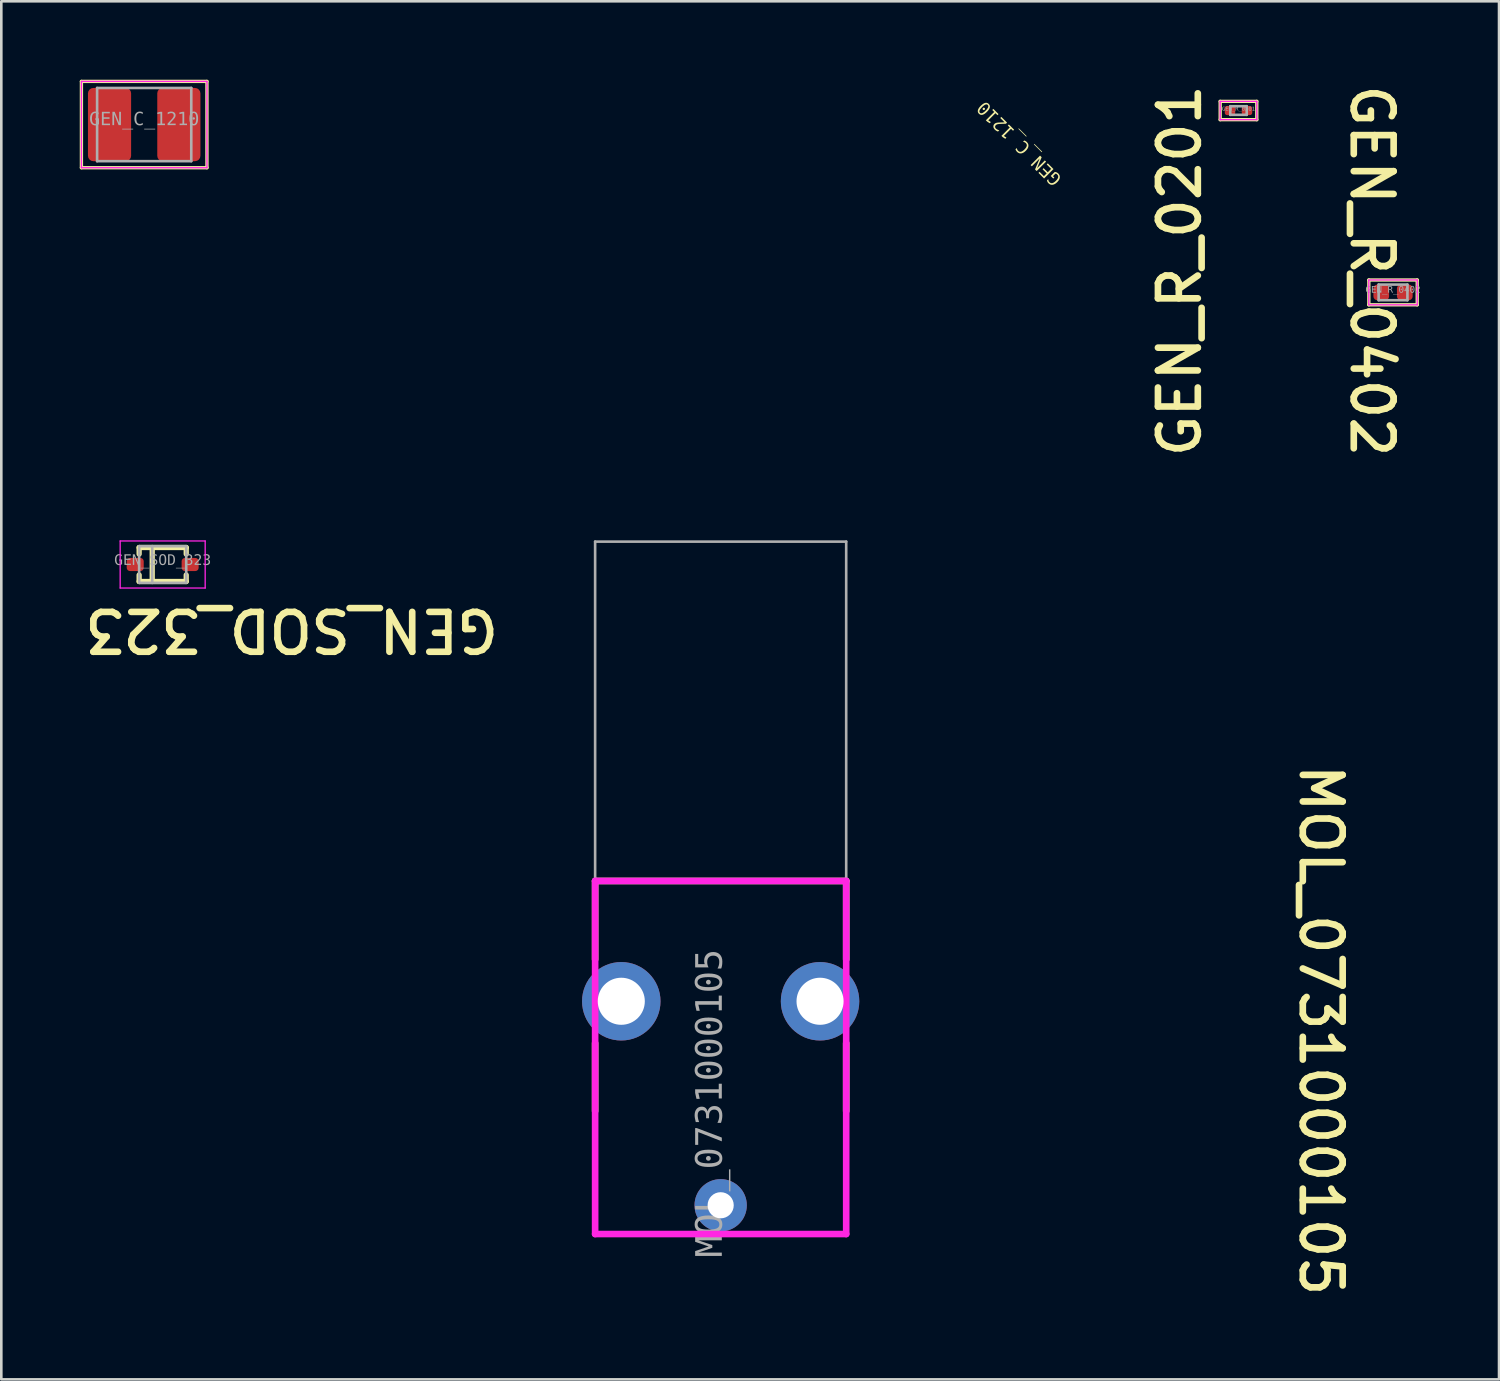
<source format=kicad_pcb>
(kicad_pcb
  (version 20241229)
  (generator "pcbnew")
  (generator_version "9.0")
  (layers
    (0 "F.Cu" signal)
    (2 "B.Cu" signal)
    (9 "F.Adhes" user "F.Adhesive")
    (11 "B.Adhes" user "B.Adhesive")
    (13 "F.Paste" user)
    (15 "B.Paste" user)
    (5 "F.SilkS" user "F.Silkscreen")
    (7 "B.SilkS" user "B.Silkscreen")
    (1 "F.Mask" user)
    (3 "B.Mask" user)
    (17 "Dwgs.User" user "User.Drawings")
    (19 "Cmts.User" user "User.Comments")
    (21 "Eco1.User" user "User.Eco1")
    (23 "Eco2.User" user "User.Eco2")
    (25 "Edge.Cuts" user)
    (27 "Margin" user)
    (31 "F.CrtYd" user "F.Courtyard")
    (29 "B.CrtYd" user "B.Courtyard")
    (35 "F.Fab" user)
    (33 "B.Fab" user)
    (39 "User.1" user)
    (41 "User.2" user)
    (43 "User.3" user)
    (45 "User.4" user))
  (footprint "GEN_R_0201"
    (layer "F.Cu")
    (at 44.304 1.176)
    (property "Reference" "GEN_R_0201" (at -2.247 6.128 90) (unlocked yes) (layer "F.SilkS") (effects (font (size 1.524 1.524) (thickness 0.254))))
    (fp_line (start -0.7 -0.35) (end -0.7 0.35) (stroke (width 0.127) (type solid)) (layer "F.SilkS"))
    (fp_line (start 0.7 -0.35) (end -0.7 -0.35) (stroke (width 0.127) (type solid)) (layer "F.SilkS"))
    (fp_line (start 0.7 -0.35) (end 0.7 0.35) (stroke (width 0.127) (type solid)) (layer "F.SilkS"))
    (fp_line (start 0.7 0.35) (end -0.7 0.35) (stroke (width 0.127) (type solid)) (layer "F.SilkS"))
    (fp_line (start -0.7 -0.35) (end -0.7 0.35) (stroke (width 0.05) (type solid)) (layer "F.CrtYd"))
    (fp_line (start 0.7 -0.35) (end -0.7 -0.35) (stroke (width 0.05) (type solid)) (layer "F.CrtYd"))
    (fp_line (start 0.7 -0.35) (end 0.7 0.35) (stroke (width 0.05) (type solid)) (layer "F.CrtYd"))
    (fp_line (start 0.7 0.35) (end -0.7 0.35) (stroke (width 0.05) (type solid)) (layer "F.CrtYd"))
    (fp_line (start -0.315 -0.165) (end -0.315 0.165) (stroke (width 0.1) (type solid)) (layer "F.Fab"))
    (fp_line (start 0.315 -0.165) (end -0.315 -0.165) (stroke (width 0.1) (type solid)) (layer "F.Fab"))
    (fp_line (start 0.315 -0.165) (end 0.315 0.165) (stroke (width 0.1) (type solid)) (layer "F.Fab"))
    (fp_line (start 0.315 0.165) (end -0.315 0.165) (stroke (width 0.1) (type solid)) (layer "F.Fab"))
    (fp_line (start 0 -0.165) (end 0 0.165) (stroke (width 0.1) (type solid)) (layer "User.2"))
    (fp_line (start 0.165 0) (end -0.165 0) (stroke (width 0.1) (type solid)) (layer "User.2"))
    (fp_text user "${REFERENCE}" (at -0.000005 -0.055 0) (unlocked yes) (layer "F.Fab") (effects (font (face "Consolas") (size 0.15 0.15) (thickness 0.254))))
    (pad "1" smd roundrect (at -0.325 0 90) (size 0.35 0.4) (layers "F.Cu" "F.Mask" "F.Paste") (roundrect_rratio 0.25))
    (pad "2" smd roundrect (at 0.325 0 90) (size 0.35 0.4) (layers "F.Cu" "F.Mask" "F.Paste") (roundrect_rratio 0.25)))
  (footprint "GEN_SOD_323"
    (layer "F.Cu")
    (at 3.17 18.534)
    (property "Reference" "GEN_SOD_323" (at 4.933 2.504 180) (unlocked yes) (layer "F.SilkS") (effects (font (size 1.524 1.524) (thickness 0.254))))
    (fp_line (start -0.9 -0.65) (end -0.9 -0.4) (stroke (width 0.2) (type solid)) (layer "F.SilkS"))
    (fp_line (start -0.9 -0.65) (end 0.9 -0.65) (stroke (width 0.2) (type solid)) (layer "F.SilkS"))
    (fp_line (start -0.9 0.4) (end -0.9 0.65) (stroke (width 0.2) (type solid)) (layer "F.SilkS"))
    (fp_line (start -0.9 0.65) (end 0.9 0.65) (stroke (width 0.2) (type solid)) (layer "F.SilkS"))
    (fp_line (start -0.4 -0.65) (end -0.4 0.65) (stroke (width 0.2) (type solid)) (layer "F.SilkS"))
    (fp_line (start 0.9 -0.65) (end 0.9 -0.4) (stroke (width 0.2) (type solid)) (layer "F.SilkS"))
    (fp_line (start 0.9 0.4) (end 0.9 0.65) (stroke (width 0.2) (type solid)) (layer "F.SilkS"))
    (fp_line (start -1.625 -0.9) (end -1.625 0.9) (stroke (width 0.05) (type solid)) (layer "F.CrtYd"))
    (fp_line (start -1.625 -0.9) (end 1.625 -0.9) (stroke (width 0.05) (type solid)) (layer "F.CrtYd"))
    (fp_line (start -1.625 0.9) (end 1.625 0.9) (stroke (width 0.05) (type solid)) (layer "F.CrtYd"))
    (fp_line (start 1.625 -0.9) (end 1.625 0.9) (stroke (width 0.05) (type solid)) (layer "F.CrtYd"))
    (fp_line (start -0.9 -0.7) (end -0.9 -0.4) (stroke (width 0.1) (type solid)) (layer "F.Fab"))
    (fp_line (start -0.9 -0.7) (end 0.9 -0.7) (stroke (width 0.1) (type solid)) (layer "F.Fab"))
    (fp_line (start -0.9 -0.4) (end -0.9 0.7) (stroke (width 0.1) (type solid)) (layer "F.Fab"))
    (fp_line (start -0.9 0.7) (end 0.9 0.7) (stroke (width 0.1) (type solid)) (layer "F.Fab"))
    (fp_line (start -0.4 -0.7) (end -0.4 0.7) (stroke (width 0.1) (type solid)) (layer "F.Fab"))
    (fp_line (start 0.9 -0.7) (end 0.9 -0.4) (stroke (width 0.1) (type solid)) (layer "F.Fab"))
    (fp_line (start 0.9 -0.4) (end 0.9 0.7) (stroke (width 0.1) (type solid)) (layer "F.Fab"))
    (fp_line (start -0.3 0) (end 0.3 0) (stroke (width 0.1) (type solid)) (layer "User.2"))
    (fp_line (start 0 -0.3) (end 0 0.3) (stroke (width 0.1) (type solid)) (layer "User.2"))
    (fp_text user "${REFERENCE}" (at 0.000005 -0.149 0) (unlocked yes) (layer "F.Fab") (effects (font (face "Consolas") (size 0.4 0.4) (thickness 0.254))))
    (pad "1" smd roundrect (at -1.05 0) (size 0.65 0.5) (layers "F.Cu" "F.Mask" "F.Paste") (roundrect_rratio 0.25))
    (pad "2" smd roundrect (at 1.05 0) (size 0.65 0.5) (layers "F.Cu" "F.Mask" "F.Paste") (roundrect_rratio 0.25)))
  (footprint "GEN_R_0402"
    (layer "F.Cu")
    (at 50.213 8.13)
    (property "Reference" "GEN_R_0402" (at -0.809 -0.825 270) (unlocked yes) (layer "F.SilkS") (effects (font (size 1.524 1.524) (thickness 0.254))))
    (fp_line (start -0.925 0.475) (end -0.925 -0.475) (stroke (width 0.127) (type solid)) (layer "F.SilkS"))
    (fp_line (start 0.925 -0.475) (end -0.925 -0.475) (stroke (width 0.127) (type solid)) (layer "F.SilkS"))
    (fp_line (start 0.925 0.475) (end -0.925 0.475) (stroke (width 0.127) (type solid)) (layer "F.SilkS"))
    (fp_line (start 0.925 0.475) (end 0.925 -0.475) (stroke (width 0.127) (type solid)) (layer "F.SilkS"))
    (fp_line (start -0.925 0.475) (end -0.925 -0.475) (stroke (width 0.05) (type solid)) (layer "F.CrtYd"))
    (fp_line (start 0.925 -0.475) (end -0.925 -0.475) (stroke (width 0.05) (type solid)) (layer "F.CrtYd"))
    (fp_line (start 0.925 0.475) (end -0.925 0.475) (stroke (width 0.05) (type solid)) (layer "F.CrtYd"))
    (fp_line (start 0.925 0.475) (end 0.925 -0.475) (stroke (width 0.05) (type solid)) (layer "F.CrtYd"))
    (fp_line (start -0.55 0.3) (end -0.55 -0.3) (stroke (width 0.1) (type solid)) (layer "F.Fab"))
    (fp_line (start 0.55 -0.3) (end -0.55 -0.3) (stroke (width 0.1) (type solid)) (layer "F.Fab"))
    (fp_line (start 0.55 0.3) (end -0.55 0.3) (stroke (width 0.1) (type solid)) (layer "F.Fab"))
    (fp_line (start 0.55 0.3) (end 0.55 -0.3) (stroke (width 0.1) (type solid)) (layer "F.Fab"))
    (fp_line (start 0 0.3) (end 0 -0.3) (stroke (width 0.1) (type solid)) (layer "User.2"))
    (fp_line (start 0.3 0) (end -0.3 0) (stroke (width 0.1) (type solid)) (layer "User.2"))
    (fp_text user "${REFERENCE}" (at 0.00001 -0.093 0) (unlocked yes) (layer "F.Fab") (effects (font (face "Consolas") (size 0.25 0.25) (thickness 0.254))))
    (pad "1" smd roundrect (at -0.45 0 90) (size 0.6 0.6) (layers "F.Cu" "F.Mask" "F.Paste") (roundrect_rratio 0.25))
    (pad "2" smd roundrect (at 0.45 0 90) (size 0.6 0.6) (layers "F.Cu" "F.Mask" "F.Paste") (roundrect_rratio 0.25)))
  (footprint "GEN_C_1210"
    (layer "F.Cu")
    (at 2.463 1.713)
    (property "Reference" "GEN_C_1210" (at 33.478 0.705 135) (unlocked yes) (layer "F.SilkS") (effects (font (face "Consolas") (size 0.5 0.5) (thickness 0.254))))
    (fp_line (start -2.4 -1.65) (end -2.4 1.65) (stroke (width 0.127) (type solid)) (layer "F.SilkS"))
    (fp_line (start -2.4 -1.65) (end 2.4 -1.65) (stroke (width 0.127) (type solid)) (layer "F.SilkS"))
    (fp_line (start -2.4 1.65) (end 2.4 1.65) (stroke (width 0.127) (type solid)) (layer "F.SilkS"))
    (fp_line (start 2.4 -1.65) (end 2.4 1.65) (stroke (width 0.127) (type solid)) (layer "F.SilkS"))
    (fp_line (start -2.4 -1.65) (end -2.4 1.65) (stroke (width 0.05) (type solid)) (layer "F.CrtYd"))
    (fp_line (start -2.4 -1.65) (end 2.4 -1.65) (stroke (width 0.05) (type solid)) (layer "F.CrtYd"))
    (fp_line (start -2.4 1.65) (end 2.4 1.65) (stroke (width 0.05) (type solid)) (layer "F.CrtYd"))
    (fp_line (start 2.4 -1.65) (end 2.4 1.65) (stroke (width 0.05) (type solid)) (layer "F.CrtYd"))
    (fp_line (start -1.8 -1.4) (end -1.8 1.4) (stroke (width 0.1) (type solid)) (layer "F.Fab"))
    (fp_line (start -1.8 -1.4) (end 1.8 -1.4) (stroke (width 0.1) (type solid)) (layer "F.Fab"))
    (fp_line (start -1.8 1.4) (end 1.8 1.4) (stroke (width 0.1) (type solid)) (layer "F.Fab"))
    (fp_line (start 1.8 -1.4) (end 1.8 1.4) (stroke (width 0.1) (type solid)) (layer "F.Fab"))
    (fp_line (start -0.5 0) (end 0.5 -0.000007) (stroke (width 0.1) (type solid)) (layer "User.2"))
    (fp_line (start 0.000007 -0.5) (end 0 0.5) (stroke (width 0.1) (type solid)) (layer "User.2"))
    (fp_text user "${REFERENCE}" (at 0.000004 -0.185 0) (unlocked yes) (layer "F.Fab") (effects (font (face "Consolas") (size 0.5 0.5) (thickness 0.254))))
    (pad "1" smd roundrect (at -1.325 -0.000007 90) (size 2.8 1.65) (layers "F.Cu" "F.Mask" "F.Paste") (roundrect_rratio 0.125))
    (pad "2" smd roundrect (at 1.325 0 90) (size 2.8 1.65) (layers "F.Cu" "F.Mask" "F.Paste") (roundrect_rratio 0.125)))
  (footprint "MOL_0731000105"
    (layer "F.Cu")
    (at 24.505 39.134)
    (property "Reference" "MOL_0731000105" (at 22.95 -2.795 270) (unlocked yes) (layer "F.SilkS") (effects (font (size 1.524 1.524) (thickness 0.254))))
    (fp_line (start -4.8 -8.5) (end -4.8 -5.5) (stroke (width 0.254) (type solid)) (layer "F.SilkS"))
    (fp_line (start -4.8 -8.5) (end 4.8 -8.5) (stroke (width 0.254) (type solid)) (layer "F.SilkS"))
    (fp_line (start -4.8 -2.3) (end -4.8 0.3) (stroke (width 0.254) (type solid)) (layer "F.SilkS"))
    (fp_line (start 4.8 -8.5) (end 4.8 -5.5) (stroke (width 0.254) (type solid)) (layer "F.SilkS"))
    (fp_line (start 4.8 -2.3) (end 4.8 0.3) (stroke (width 0.254) (type solid)) (layer "F.SilkS"))
    (fp_line (start -4.8 -8.5) (end -4.8 5) (stroke (width 0.254) (type solid)) (layer "F.CrtYd"))
    (fp_line (start -4.8 -8.5) (end 4.8 -8.5) (stroke (width 0.254) (type solid)) (layer "F.CrtYd"))
    (fp_line (start -4.8 5) (end 4.8 5) (stroke (width 0.254) (type solid)) (layer "F.CrtYd"))
    (fp_line (start 4.8 -8.5) (end 4.8 5) (stroke (width 0.254) (type solid)) (layer "F.CrtYd"))
    (fp_line (start -4.8 -21.475) (end -4.8 5) (stroke (width 0.1) (type solid)) (layer "F.Fab"))
    (fp_line (start -4.8 -21.475) (end 4.8 -21.475) (stroke (width 0.1) (type solid)) (layer "F.Fab"))
    (fp_line (start -4.8 5) (end 4.8 5) (stroke (width 0.1) (type solid)) (layer "F.Fab"))
    (fp_line (start 4.8 -21.475) (end 4.8 5) (stroke (width 0.1) (type solid)) (layer "F.Fab"))
    (fp_text user "${REFERENCE}" (at -0.371 -0.00003 90) (unlocked yes) (layer "F.Fab") (effects (font (face "Consolas") (size 1 1) (thickness 0.254))))
    (pad "1" thru_hole circle (at 0 3.9) (size 2 2) (drill 1) (layers "*.Cu" "*.Mask"))
    (pad "2" thru_hole circle (at -3.8 -3.9) (size 3 3) (drill 1.8) (layers "*.Cu" "*.Mask"))
    (pad "2" thru_hole circle (at 3.8 -3.9) (size 3 3) (drill 1.8) (layers "*.Cu" "*.Mask")))
  (gr_rect
    (start -3 -3)
    (end 54.266 49.691)
    (stroke (width 0.1) (type default))
    (fill no)
    (layer "Edge.Cuts")))
</source>
